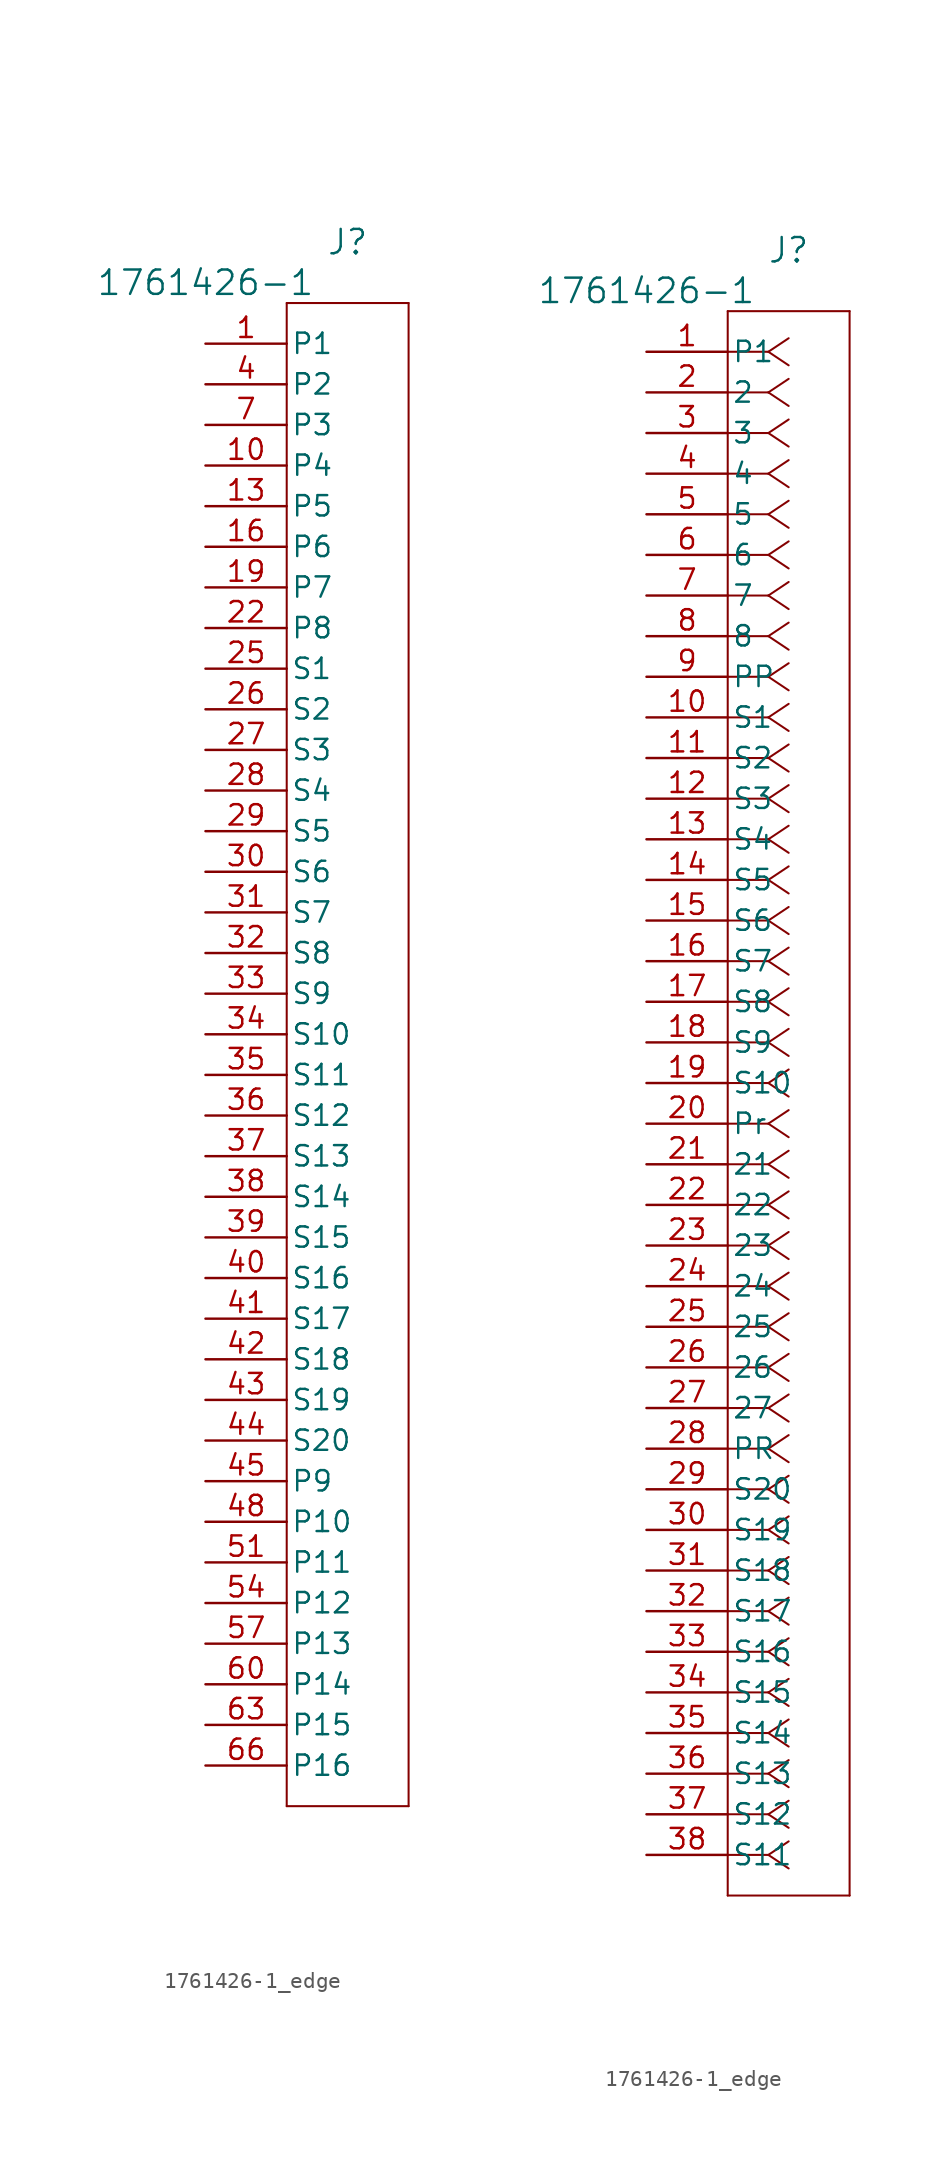
<source format=kicad_sym>
(kicad_symbol_lib
  (version 20220914)
  (generator kicad_symbol_editor)
  (symbol "1761426-1_edge"
    (pin_names
      (offset 0.254))
    (property "Reference" "J"
      (at 8.89 6.35 0)
      (effects (font (size 1.524 1.524))))
    (property "Value" "1761426-1"
      (at 0 3.81 0)
      (effects (font (size 1.524 1.524))))
    (symbol "1761426-1_edge_1_1"
      (polyline (pts (xy 5.08 -91.44) (xy 12.7 -91.44)) (stroke (width 0.127) (type default)) (fill (type none)))
      (polyline (pts (xy 5.08 2.54) (xy 5.08 -91.44)) (stroke (width 0.127) (type default)) (fill (type none)))
      (polyline (pts (xy 12.7 -91.44) (xy 12.7 2.54)) (stroke (width 0.127) (type default)) (fill (type none)))
      (polyline (pts (xy 12.7 2.54) (xy 5.08 2.54)) (stroke (width 0.127) (type default)) (fill (type none)))
      (pin unspecified line (at 0 0 0) (length 5.08) (name "P1" (effects (font (size 1.27 1.27)))) (number "1" (effects (font (size 1.27 1.27)))))
      (pin unspecified line (at 0 -7.62 0) (length 5.08) (name "P4" (effects (font (size 1.27 1.27)))) (number "10" (effects (font (size 1.27 1.27)))))
      (pin unspecified line (at 0 -10.16 0) (length 5.08) (name "P5" (effects (font (size 1.27 1.27)))) (number "13" (effects (font (size 1.27 1.27)))))
      (pin unspecified line (at 0 -12.7 0) (length 5.08) (name "P6" (effects (font (size 1.27 1.27)))) (number "16" (effects (font (size 1.27 1.27)))))
      (pin unspecified line (at 0 -15.24 0) (length 5.08) (name "P7" (effects (font (size 1.27 1.27)))) (number "19" (effects (font (size 1.27 1.27)))))
      (pin unspecified line (at 0 -17.78 0) (length 5.08) (name "P8" (effects (font (size 1.27 1.27)))) (number "22" (effects (font (size 1.27 1.27)))))
      (pin unspecified line (at 0 -20.32 0) (length 5.08) (name "S1" (effects (font (size 1.27 1.27)))) (number "25" (effects (font (size 1.27 1.27)))))
      (pin unspecified line (at 0 -22.86 0) (length 5.08) (name "S2" (effects (font (size 1.27 1.27)))) (number "26" (effects (font (size 1.27 1.27)))))
      (pin unspecified line (at 0 -25.4 0) (length 5.08) (name "S3" (effects (font (size 1.27 1.27)))) (number "27" (effects (font (size 1.27 1.27)))))
      (pin unspecified line (at 0 -27.94 0) (length 5.08) (name "S4" (effects (font (size 1.27 1.27)))) (number "28" (effects (font (size 1.27 1.27)))))
      (pin unspecified line (at 0 -30.48 0) (length 5.08) (name "S5" (effects (font (size 1.27 1.27)))) (number "29" (effects (font (size 1.27 1.27)))))
      (pin unspecified line (at 0 -33.02 0) (length 5.08) (name "S6" (effects (font (size 1.27 1.27)))) (number "30" (effects (font (size 1.27 1.27)))))
      (pin unspecified line (at 0 -35.56 0) (length 5.08) (name "S7" (effects (font (size 1.27 1.27)))) (number "31" (effects (font (size 1.27 1.27)))))
      (pin unspecified line (at 0 -38.1 0) (length 5.08) (name "S8" (effects (font (size 1.27 1.27)))) (number "32" (effects (font (size 1.27 1.27)))))
      (pin unspecified line (at 0 -40.64 0) (length 5.08) (name "S9" (effects (font (size 1.27 1.27)))) (number "33" (effects (font (size 1.27 1.27)))))
      (pin unspecified line (at 0 -43.18 0) (length 5.08) (name "S10" (effects (font (size 1.27 1.27)))) (number "34" (effects (font (size 1.27 1.27)))))
      (pin unspecified line (at 0 -45.72 0) (length 5.08) (name "S11" (effects (font (size 1.27 1.27)))) (number "35" (effects (font (size 1.27 1.27)))))
      (pin unspecified line (at 0 -48.26 0) (length 5.08) (name "S12" (effects (font (size 1.27 1.27)))) (number "36" (effects (font (size 1.27 1.27)))))
      (pin unspecified line (at 0 -50.8 0) (length 5.08) (name "S13" (effects (font (size 1.27 1.27)))) (number "37" (effects (font (size 1.27 1.27)))))
      (pin unspecified line (at 0 -53.34 0) (length 5.08) (name "S14" (effects (font (size 1.27 1.27)))) (number "38" (effects (font (size 1.27 1.27)))))
      (pin unspecified line (at 0 -55.88 0) (length 5.08) (name "S15" (effects (font (size 1.27 1.27)))) (number "39" (effects (font (size 1.27 1.27)))))
      (pin unspecified line (at 0 -2.54 0) (length 5.08) (name "P2" (effects (font (size 1.27 1.27)))) (number "4" (effects (font (size 1.27 1.27)))))
      (pin unspecified line (at 0 -58.42 0) (length 5.08) (name "S16" (effects (font (size 1.27 1.27)))) (number "40" (effects (font (size 1.27 1.27)))))
      (pin unspecified line (at 0 -60.96 0) (length 5.08) (name "S17" (effects (font (size 1.27 1.27)))) (number "41" (effects (font (size 1.27 1.27)))))
      (pin unspecified line (at 0 -63.5 0) (length 5.08) (name "S18" (effects (font (size 1.27 1.27)))) (number "42" (effects (font (size 1.27 1.27)))))
      (pin unspecified line (at 0 -66.04 0) (length 5.08) (name "S19" (effects (font (size 1.27 1.27)))) (number "43" (effects (font (size 1.27 1.27)))))
      (pin unspecified line (at 0 -68.58 0) (length 5.08) (name "S20" (effects (font (size 1.27 1.27)))) (number "44" (effects (font (size 1.27 1.27)))))
      (pin unspecified line (at 0 -71.12 0) (length 5.08) (name "P9" (effects (font (size 1.27 1.27)))) (number "45" (effects (font (size 1.27 1.27)))))
      (pin unspecified line (at 0 -73.66 0) (length 5.08) (name "P10" (effects (font (size 1.27 1.27)))) (number "48" (effects (font (size 1.27 1.27)))))
      (pin unspecified line (at 0 -76.2 0) (length 5.08) (name "P11" (effects (font (size 1.27 1.27)))) (number "51" (effects (font (size 1.27 1.27)))))
      (pin unspecified line (at 0 -78.74 0) (length 5.08) (name "P12" (effects (font (size 1.27 1.27)))) (number "54" (effects (font (size 1.27 1.27)))))
      (pin unspecified line (at 0 -81.28 0) (length 5.08) (name "P13" (effects (font (size 1.27 1.27)))) (number "57" (effects (font (size 1.27 1.27)))))
      (pin unspecified line (at 0 -83.82 0) (length 5.08) (name "P14" (effects (font (size 1.27 1.27)))) (number "60" (effects (font (size 1.27 1.27)))))
      (pin unspecified line (at 0 -86.36 0) (length 5.08) (name "P15" (effects (font (size 1.27 1.27)))) (number "63" (effects (font (size 1.27 1.27)))))
      (pin unspecified line (at 0 -88.9 0) (length 5.08) (name "P16" (effects (font (size 1.27 1.27)))) (number "66" (effects (font (size 1.27 1.27)))))
      (pin unspecified line (at 0 -5.08 0) (length 5.08) (name "P3" (effects (font (size 1.27 1.27)))) (number "7" (effects (font (size 1.27 1.27))))))
    (symbol "1761426-1_edge_1_2"
      (polyline (pts (xy 5.08 -96.52) (xy 12.7 -96.52)) (stroke (width 0.127) (type default)) (fill (type none)))
      (polyline (pts (xy 5.08 2.54) (xy 5.08 -96.52)) (stroke (width 0.127) (type default)) (fill (type none)))
      (polyline (pts (xy 7.62 -93.98) (xy 5.08 -93.98)) (stroke (width 0.127) (type default)) (fill (type none)))
      (polyline (pts (xy 7.62 -93.98) (xy 8.89 -94.827)) (stroke (width 0.127) (type default)) (fill (type none)))
      (polyline (pts (xy 7.62 -93.98) (xy 8.89 -93.133)) (stroke (width 0.127) (type default)) (fill (type none)))
      (polyline (pts (xy 7.62 -91.44) (xy 5.08 -91.44)) (stroke (width 0.127) (type default)) (fill (type none)))
      (polyline (pts (xy 7.62 -91.44) (xy 8.89 -92.287)) (stroke (width 0.127) (type default)) (fill (type none)))
      (polyline (pts (xy 7.62 -91.44) (xy 8.89 -90.593)) (stroke (width 0.127) (type default)) (fill (type none)))
      (polyline (pts (xy 7.62 -88.9) (xy 5.08 -88.9)) (stroke (width 0.127) (type default)) (fill (type none)))
      (polyline (pts (xy 7.62 -88.9) (xy 8.89 -89.747)) (stroke (width 0.127) (type default)) (fill (type none)))
      (polyline (pts (xy 7.62 -88.9) (xy 8.89 -88.053)) (stroke (width 0.127) (type default)) (fill (type none)))
      (polyline (pts (xy 7.62 -86.36) (xy 5.08 -86.36)) (stroke (width 0.127) (type default)) (fill (type none)))
      (polyline (pts (xy 7.62 -86.36) (xy 8.89 -87.207)) (stroke (width 0.127) (type default)) (fill (type none)))
      (polyline (pts (xy 7.62 -86.36) (xy 8.89 -85.513)) (stroke (width 0.127) (type default)) (fill (type none)))
      (polyline (pts (xy 7.62 -83.82) (xy 5.08 -83.82)) (stroke (width 0.127) (type default)) (fill (type none)))
      (polyline (pts (xy 7.62 -83.82) (xy 8.89 -84.667)) (stroke (width 0.127) (type default)) (fill (type none)))
      (polyline (pts (xy 7.62 -83.82) (xy 8.89 -82.973)) (stroke (width 0.127) (type default)) (fill (type none)))
      (polyline (pts (xy 7.62 -81.28) (xy 5.08 -81.28)) (stroke (width 0.127) (type default)) (fill (type none)))
      (polyline (pts (xy 7.62 -81.28) (xy 8.89 -82.127)) (stroke (width 0.127) (type default)) (fill (type none)))
      (polyline (pts (xy 7.62 -81.28) (xy 8.89 -80.433)) (stroke (width 0.127) (type default)) (fill (type none)))
      (polyline (pts (xy 7.62 -78.74) (xy 5.08 -78.74)) (stroke (width 0.127) (type default)) (fill (type none)))
      (polyline (pts (xy 7.62 -78.74) (xy 8.89 -79.587)) (stroke (width 0.127) (type default)) (fill (type none)))
      (polyline (pts (xy 7.62 -78.74) (xy 8.89 -77.893)) (stroke (width 0.127) (type default)) (fill (type none)))
      (polyline (pts (xy 7.62 -76.2) (xy 5.08 -76.2)) (stroke (width 0.127) (type default)) (fill (type none)))
      (polyline (pts (xy 7.62 -76.2) (xy 8.89 -77.047)) (stroke (width 0.127) (type default)) (fill (type none)))
      (polyline (pts (xy 7.62 -76.2) (xy 8.89 -75.353)) (stroke (width 0.127) (type default)) (fill (type none)))
      (polyline (pts (xy 7.62 -73.66) (xy 5.08 -73.66)) (stroke (width 0.127) (type default)) (fill (type none)))
      (polyline (pts (xy 7.62 -73.66) (xy 8.89 -74.507)) (stroke (width 0.127) (type default)) (fill (type none)))
      (polyline (pts (xy 7.62 -73.66) (xy 8.89 -72.813)) (stroke (width 0.127) (type default)) (fill (type none)))
      (polyline (pts (xy 7.62 -71.12) (xy 5.08 -71.12)) (stroke (width 0.127) (type default)) (fill (type none)))
      (polyline (pts (xy 7.62 -71.12) (xy 8.89 -71.967)) (stroke (width 0.127) (type default)) (fill (type none)))
      (polyline (pts (xy 7.62 -71.12) (xy 8.89 -70.273)) (stroke (width 0.127) (type default)) (fill (type none)))
      (polyline (pts (xy 7.62 -68.58) (xy 5.08 -68.58)) (stroke (width 0.127) (type default)) (fill (type none)))
      (polyline (pts (xy 7.62 -68.58) (xy 8.89 -69.427)) (stroke (width 0.127) (type default)) (fill (type none)))
      (polyline (pts (xy 7.62 -68.58) (xy 8.89 -67.733)) (stroke (width 0.127) (type default)) (fill (type none)))
      (polyline (pts (xy 7.62 -66.04) (xy 5.08 -66.04)) (stroke (width 0.127) (type default)) (fill (type none)))
      (polyline (pts (xy 7.62 -66.04) (xy 8.89 -66.887)) (stroke (width 0.127) (type default)) (fill (type none)))
      (polyline (pts (xy 7.62 -66.04) (xy 8.89 -65.193)) (stroke (width 0.127) (type default)) (fill (type none)))
      (polyline (pts (xy 7.62 -63.5) (xy 5.08 -63.5)) (stroke (width 0.127) (type default)) (fill (type none)))
      (polyline (pts (xy 7.62 -63.5) (xy 8.89 -64.347)) (stroke (width 0.127) (type default)) (fill (type none)))
      (polyline (pts (xy 7.62 -63.5) (xy 8.89 -62.653)) (stroke (width 0.127) (type default)) (fill (type none)))
      (polyline (pts (xy 7.62 -60.96) (xy 5.08 -60.96)) (stroke (width 0.127) (type default)) (fill (type none)))
      (polyline (pts (xy 7.62 -60.96) (xy 8.89 -61.807)) (stroke (width 0.127) (type default)) (fill (type none)))
      (polyline (pts (xy 7.62 -60.96) (xy 8.89 -60.113)) (stroke (width 0.127) (type default)) (fill (type none)))
      (polyline (pts (xy 7.62 -58.42) (xy 5.08 -58.42)) (stroke (width 0.127) (type default)) (fill (type none)))
      (polyline (pts (xy 7.62 -58.42) (xy 8.89 -59.267)) (stroke (width 0.127) (type default)) (fill (type none)))
      (polyline (pts (xy 7.62 -58.42) (xy 8.89 -57.573)) (stroke (width 0.127) (type default)) (fill (type none)))
      (polyline (pts (xy 7.62 -55.88) (xy 5.08 -55.88)) (stroke (width 0.127) (type default)) (fill (type none)))
      (polyline (pts (xy 7.62 -55.88) (xy 8.89 -56.727)) (stroke (width 0.127) (type default)) (fill (type none)))
      (polyline (pts (xy 7.62 -55.88) (xy 8.89 -55.033)) (stroke (width 0.127) (type default)) (fill (type none)))
      (polyline (pts (xy 7.62 -53.34) (xy 5.08 -53.34)) (stroke (width 0.127) (type default)) (fill (type none)))
      (polyline (pts (xy 7.62 -53.34) (xy 8.89 -54.187)) (stroke (width 0.127) (type default)) (fill (type none)))
      (polyline (pts (xy 7.62 -53.34) (xy 8.89 -52.493)) (stroke (width 0.127) (type default)) (fill (type none)))
      (polyline (pts (xy 7.62 -50.8) (xy 5.08 -50.8)) (stroke (width 0.127) (type default)) (fill (type none)))
      (polyline (pts (xy 7.62 -50.8) (xy 8.89 -51.647)) (stroke (width 0.127) (type default)) (fill (type none)))
      (polyline (pts (xy 7.62 -50.8) (xy 8.89 -49.953)) (stroke (width 0.127) (type default)) (fill (type none)))
      (polyline (pts (xy 7.62 -48.26) (xy 5.08 -48.26)) (stroke (width 0.127) (type default)) (fill (type none)))
      (polyline (pts (xy 7.62 -48.26) (xy 8.89 -49.107)) (stroke (width 0.127) (type default)) (fill (type none)))
      (polyline (pts (xy 7.62 -48.26) (xy 8.89 -47.413)) (stroke (width 0.127) (type default)) (fill (type none)))
      (polyline (pts (xy 7.62 -45.72) (xy 5.08 -45.72)) (stroke (width 0.127) (type default)) (fill (type none)))
      (polyline (pts (xy 7.62 -45.72) (xy 8.89 -46.567)) (stroke (width 0.127) (type default)) (fill (type none)))
      (polyline (pts (xy 7.62 -45.72) (xy 8.89 -44.873)) (stroke (width 0.127) (type default)) (fill (type none)))
      (polyline (pts (xy 7.62 -43.18) (xy 5.08 -43.18)) (stroke (width 0.127) (type default)) (fill (type none)))
      (polyline (pts (xy 7.62 -43.18) (xy 8.89 -44.027)) (stroke (width 0.127) (type default)) (fill (type none)))
      (polyline (pts (xy 7.62 -43.18) (xy 8.89 -42.333)) (stroke (width 0.127) (type default)) (fill (type none)))
      (polyline (pts (xy 7.62 -40.64) (xy 5.08 -40.64)) (stroke (width 0.127) (type default)) (fill (type none)))
      (polyline (pts (xy 7.62 -40.64) (xy 8.89 -41.487)) (stroke (width 0.127) (type default)) (fill (type none)))
      (polyline (pts (xy 7.62 -40.64) (xy 8.89 -39.793)) (stroke (width 0.127) (type default)) (fill (type none)))
      (polyline (pts (xy 7.62 -38.1) (xy 5.08 -38.1)) (stroke (width 0.127) (type default)) (fill (type none)))
      (polyline (pts (xy 7.62 -38.1) (xy 8.89 -38.947)) (stroke (width 0.127) (type default)) (fill (type none)))
      (polyline (pts (xy 7.62 -38.1) (xy 8.89 -37.253)) (stroke (width 0.127) (type default)) (fill (type none)))
      (polyline (pts (xy 7.62 -35.56) (xy 5.08 -35.56)) (stroke (width 0.127) (type default)) (fill (type none)))
      (polyline (pts (xy 7.62 -35.56) (xy 8.89 -36.407)) (stroke (width 0.127) (type default)) (fill (type none)))
      (polyline (pts (xy 7.62 -35.56) (xy 8.89 -34.713)) (stroke (width 0.127) (type default)) (fill (type none)))
      (polyline (pts (xy 7.62 -33.02) (xy 5.08 -33.02)) (stroke (width 0.127) (type default)) (fill (type none)))
      (polyline (pts (xy 7.62 -33.02) (xy 8.89 -33.867)) (stroke (width 0.127) (type default)) (fill (type none)))
      (polyline (pts (xy 7.62 -33.02) (xy 8.89 -32.173)) (stroke (width 0.127) (type default)) (fill (type none)))
      (polyline (pts (xy 7.62 -30.48) (xy 5.08 -30.48)) (stroke (width 0.127) (type default)) (fill (type none)))
      (polyline (pts (xy 7.62 -30.48) (xy 8.89 -31.327)) (stroke (width 0.127) (type default)) (fill (type none)))
      (polyline (pts (xy 7.62 -30.48) (xy 8.89 -29.633)) (stroke (width 0.127) (type default)) (fill (type none)))
      (polyline (pts (xy 7.62 -27.94) (xy 5.08 -27.94)) (stroke (width 0.127) (type default)) (fill (type none)))
      (polyline (pts (xy 7.62 -27.94) (xy 8.89 -28.787)) (stroke (width 0.127) (type default)) (fill (type none)))
      (polyline (pts (xy 7.62 -27.94) (xy 8.89 -27.093)) (stroke (width 0.127) (type default)) (fill (type none)))
      (polyline (pts (xy 7.62 -25.4) (xy 5.08 -25.4)) (stroke (width 0.127) (type default)) (fill (type none)))
      (polyline (pts (xy 7.62 -25.4) (xy 8.89 -26.247)) (stroke (width 0.127) (type default)) (fill (type none)))
      (polyline (pts (xy 7.62 -25.4) (xy 8.89 -24.553)) (stroke (width 0.127) (type default)) (fill (type none)))
      (polyline (pts (xy 7.62 -22.86) (xy 5.08 -22.86)) (stroke (width 0.127) (type default)) (fill (type none)))
      (polyline (pts (xy 7.62 -22.86) (xy 8.89 -23.707)) (stroke (width 0.127) (type default)) (fill (type none)))
      (polyline (pts (xy 7.62 -22.86) (xy 8.89 -22.013)) (stroke (width 0.127) (type default)) (fill (type none)))
      (polyline (pts (xy 7.62 -20.32) (xy 5.08 -20.32)) (stroke (width 0.127) (type default)) (fill (type none)))
      (polyline (pts (xy 7.62 -20.32) (xy 8.89 -21.167)) (stroke (width 0.127) (type default)) (fill (type none)))
      (polyline (pts (xy 7.62 -20.32) (xy 8.89 -19.473)) (stroke (width 0.127) (type default)) (fill (type none)))
      (polyline (pts (xy 7.62 -17.78) (xy 5.08 -17.78)) (stroke (width 0.127) (type default)) (fill (type none)))
      (polyline (pts (xy 7.62 -17.78) (xy 8.89 -18.627)) (stroke (width 0.127) (type default)) (fill (type none)))
      (polyline (pts (xy 7.62 -17.78) (xy 8.89 -16.933)) (stroke (width 0.127) (type default)) (fill (type none)))
      (polyline (pts (xy 7.62 -15.24) (xy 5.08 -15.24)) (stroke (width 0.127) (type default)) (fill (type none)))
      (polyline (pts (xy 7.62 -15.24) (xy 8.89 -16.087)) (stroke (width 0.127) (type default)) (fill (type none)))
      (polyline (pts (xy 7.62 -15.24) (xy 8.89 -14.393)) (stroke (width 0.127) (type default)) (fill (type none)))
      (polyline (pts (xy 7.62 -12.7) (xy 5.08 -12.7)) (stroke (width 0.127) (type default)) (fill (type none)))
      (polyline (pts (xy 7.62 -12.7) (xy 8.89 -13.547)) (stroke (width 0.127) (type default)) (fill (type none)))
      (polyline (pts (xy 7.62 -12.7) (xy 8.89 -11.853)) (stroke (width 0.127) (type default)) (fill (type none)))
      (polyline (pts (xy 7.62 -10.16) (xy 5.08 -10.16)) (stroke (width 0.127) (type default)) (fill (type none)))
      (polyline (pts (xy 7.62 -10.16) (xy 8.89 -11.007)) (stroke (width 0.127) (type default)) (fill (type none)))
      (polyline (pts (xy 7.62 -10.16) (xy 8.89 -9.313)) (stroke (width 0.127) (type default)) (fill (type none)))
      (polyline (pts (xy 7.62 -7.62) (xy 5.08 -7.62)) (stroke (width 0.127) (type default)) (fill (type none)))
      (polyline (pts (xy 7.62 -7.62) (xy 8.89 -8.467)) (stroke (width 0.127) (type default)) (fill (type none)))
      (polyline (pts (xy 7.62 -7.62) (xy 8.89 -6.773)) (stroke (width 0.127) (type default)) (fill (type none)))
      (polyline (pts (xy 7.62 -5.08) (xy 5.08 -5.08)) (stroke (width 0.127) (type default)) (fill (type none)))
      (polyline (pts (xy 7.62 -5.08) (xy 8.89 -5.927)) (stroke (width 0.127) (type default)) (fill (type none)))
      (polyline (pts (xy 7.62 -5.08) (xy 8.89 -4.233)) (stroke (width 0.127) (type default)) (fill (type none)))
      (polyline (pts (xy 7.62 -2.54) (xy 5.08 -2.54)) (stroke (width 0.127) (type default)) (fill (type none)))
      (polyline (pts (xy 7.62 -2.54) (xy 8.89 -3.387)) (stroke (width 0.127) (type default)) (fill (type none)))
      (polyline (pts (xy 7.62 -2.54) (xy 8.89 -1.693)) (stroke (width 0.127) (type default)) (fill (type none)))
      (polyline (pts (xy 7.62 0) (xy 5.08 0)) (stroke (width 0.127) (type default)) (fill (type none)))
      (polyline (pts (xy 7.62 0) (xy 8.89 -0.847)) (stroke (width 0.127) (type default)) (fill (type none)))
      (polyline (pts (xy 7.62 0) (xy 8.89 0.847)) (stroke (width 0.127) (type default)) (fill (type none)))
      (polyline (pts (xy 12.7 -96.52) (xy 12.7 2.54)) (stroke (width 0.127) (type default)) (fill (type none)))
      (polyline (pts (xy 12.7 2.54) (xy 5.08 2.54)) (stroke (width 0.127) (type default)) (fill (type none)))
      (pin unspecified line (at 0 0 0) (length 5.08) (name "P1" (effects (font (size 1.27 1.27)))) (number "1" (effects (font (size 1.27 1.27)))))
      (pin unspecified line (at 0 -22.86 0) (length 5.08) (name "S1" (effects (font (size 1.27 1.27)))) (number "10" (effects (font (size 1.27 1.27)))))
      (pin unspecified line (at 0 -25.4 0) (length 5.08) (name "S2" (effects (font (size 1.27 1.27)))) (number "11" (effects (font (size 1.27 1.27)))))
      (pin unspecified line (at 0 -27.94 0) (length 5.08) (name "S3" (effects (font (size 1.27 1.27)))) (number "12" (effects (font (size 1.27 1.27)))))
      (pin unspecified line (at 0 -30.48 0) (length 5.08) (name "S4" (effects (font (size 1.27 1.27)))) (number "13" (effects (font (size 1.27 1.27)))))
      (pin unspecified line (at 0 -33.02 0) (length 5.08) (name "S5" (effects (font (size 1.27 1.27)))) (number "14" (effects (font (size 1.27 1.27)))))
      (pin unspecified line (at 0 -35.56 0) (length 5.08) (name "S6" (effects (font (size 1.27 1.27)))) (number "15" (effects (font (size 1.27 1.27)))))
      (pin unspecified line (at 0 -38.1 0) (length 5.08) (name "S7" (effects (font (size 1.27 1.27)))) (number "16" (effects (font (size 1.27 1.27)))))
      (pin unspecified line (at 0 -40.64 0) (length 5.08) (name "S8" (effects (font (size 1.27 1.27)))) (number "17" (effects (font (size 1.27 1.27)))))
      (pin unspecified line (at 0 -43.18 0) (length 5.08) (name "S9" (effects (font (size 1.27 1.27)))) (number "18" (effects (font (size 1.27 1.27)))))
      (pin unspecified line (at 0 -45.72 0) (length 5.08) (name "S10" (effects (font (size 1.27 1.27)))) (number "19" (effects (font (size 1.27 1.27)))))
      (pin unspecified line (at 0 -2.54 0) (length 5.08) (name "2" (effects (font (size 1.27 1.27)))) (number "2" (effects (font (size 1.27 1.27)))))
      (pin unspecified line (at 0 -48.26 0) (length 5.08) (name "Pr" (effects (font (size 1.27 1.27)))) (number "20" (effects (font (size 1.27 1.27)))))
      (pin unspecified line (at 0 -50.8 0) (length 5.08) (name "21" (effects (font (size 1.27 1.27)))) (number "21" (effects (font (size 1.27 1.27)))))
      (pin unspecified line (at 0 -53.34 0) (length 5.08) (name "22" (effects (font (size 1.27 1.27)))) (number "22" (effects (font (size 1.27 1.27)))))
      (pin unspecified line (at 0 -55.88 0) (length 5.08) (name "23" (effects (font (size 1.27 1.27)))) (number "23" (effects (font (size 1.27 1.27)))))
      (pin unspecified line (at 0 -58.42 0) (length 5.08) (name "24" (effects (font (size 1.27 1.27)))) (number "24" (effects (font (size 1.27 1.27)))))
      (pin unspecified line (at 0 -60.96 0) (length 5.08) (name "25" (effects (font (size 1.27 1.27)))) (number "25" (effects (font (size 1.27 1.27)))))
      (pin unspecified line (at 0 -63.5 0) (length 5.08) (name "26" (effects (font (size 1.27 1.27)))) (number "26" (effects (font (size 1.27 1.27)))))
      (pin unspecified line (at 0 -66.04 0) (length 5.08) (name "27" (effects (font (size 1.27 1.27)))) (number "27" (effects (font (size 1.27 1.27)))))
      (pin unspecified line (at 0 -68.58 0) (length 5.08) (name "PR" (effects (font (size 1.27 1.27)))) (number "28" (effects (font (size 1.27 1.27)))))
      (pin unspecified line (at 0 -71.12 0) (length 5.08) (name "S20" (effects (font (size 1.27 1.27)))) (number "29" (effects (font (size 1.27 1.27)))))
      (pin unspecified line (at 0 -5.08 0) (length 5.08) (name "3" (effects (font (size 1.27 1.27)))) (number "3" (effects (font (size 1.27 1.27)))))
      (pin unspecified line (at 0 -73.66 0) (length 5.08) (name "S19" (effects (font (size 1.27 1.27)))) (number "30" (effects (font (size 1.27 1.27)))))
      (pin unspecified line (at 0 -76.2 0) (length 5.08) (name "S18" (effects (font (size 1.27 1.27)))) (number "31" (effects (font (size 1.27 1.27)))))
      (pin unspecified line (at 0 -78.74 0) (length 5.08) (name "S17" (effects (font (size 1.27 1.27)))) (number "32" (effects (font (size 1.27 1.27)))))
      (pin unspecified line (at 0 -81.28 0) (length 5.08) (name "S16" (effects (font (size 1.27 1.27)))) (number "33" (effects (font (size 1.27 1.27)))))
      (pin unspecified line (at 0 -83.82 0) (length 5.08) (name "S15" (effects (font (size 1.27 1.27)))) (number "34" (effects (font (size 1.27 1.27)))))
      (pin unspecified line (at 0 -86.36 0) (length 5.08) (name "S14" (effects (font (size 1.27 1.27)))) (number "35" (effects (font (size 1.27 1.27)))))
      (pin unspecified line (at 0 -88.9 0) (length 5.08) (name "S13" (effects (font (size 1.27 1.27)))) (number "36" (effects (font (size 1.27 1.27)))))
      (pin unspecified line (at 0 -91.44 0) (length 5.08) (name "S12" (effects (font (size 1.27 1.27)))) (number "37" (effects (font (size 1.27 1.27)))))
      (pin unspecified line (at 0 -93.98 0) (length 5.08) (name "S11" (effects (font (size 1.27 1.27)))) (number "38" (effects (font (size 1.27 1.27)))))
      (pin unspecified line (at 0 -7.62 0) (length 5.08) (name "4" (effects (font (size 1.27 1.27)))) (number "4" (effects (font (size 1.27 1.27)))))
      (pin unspecified line (at 0 -10.16 0) (length 5.08) (name "5" (effects (font (size 1.27 1.27)))) (number "5" (effects (font (size 1.27 1.27)))))
      (pin unspecified line (at 0 -12.7 0) (length 5.08) (name "6" (effects (font (size 1.27 1.27)))) (number "6" (effects (font (size 1.27 1.27)))))
      (pin unspecified line (at 0 -15.24 0) (length 5.08) (name "7" (effects (font (size 1.27 1.27)))) (number "7" (effects (font (size 1.27 1.27)))))
      (pin unspecified line (at 0 -17.78 0) (length 5.08) (name "8" (effects (font (size 1.27 1.27)))) (number "8" (effects (font (size 1.27 1.27)))))
      (pin unspecified line (at 0 -20.32 0) (length 5.08) (name "PP" (effects (font (size 1.27 1.27)))) (number "9" (effects (font (size 1.27 1.27))))))))
</source>
